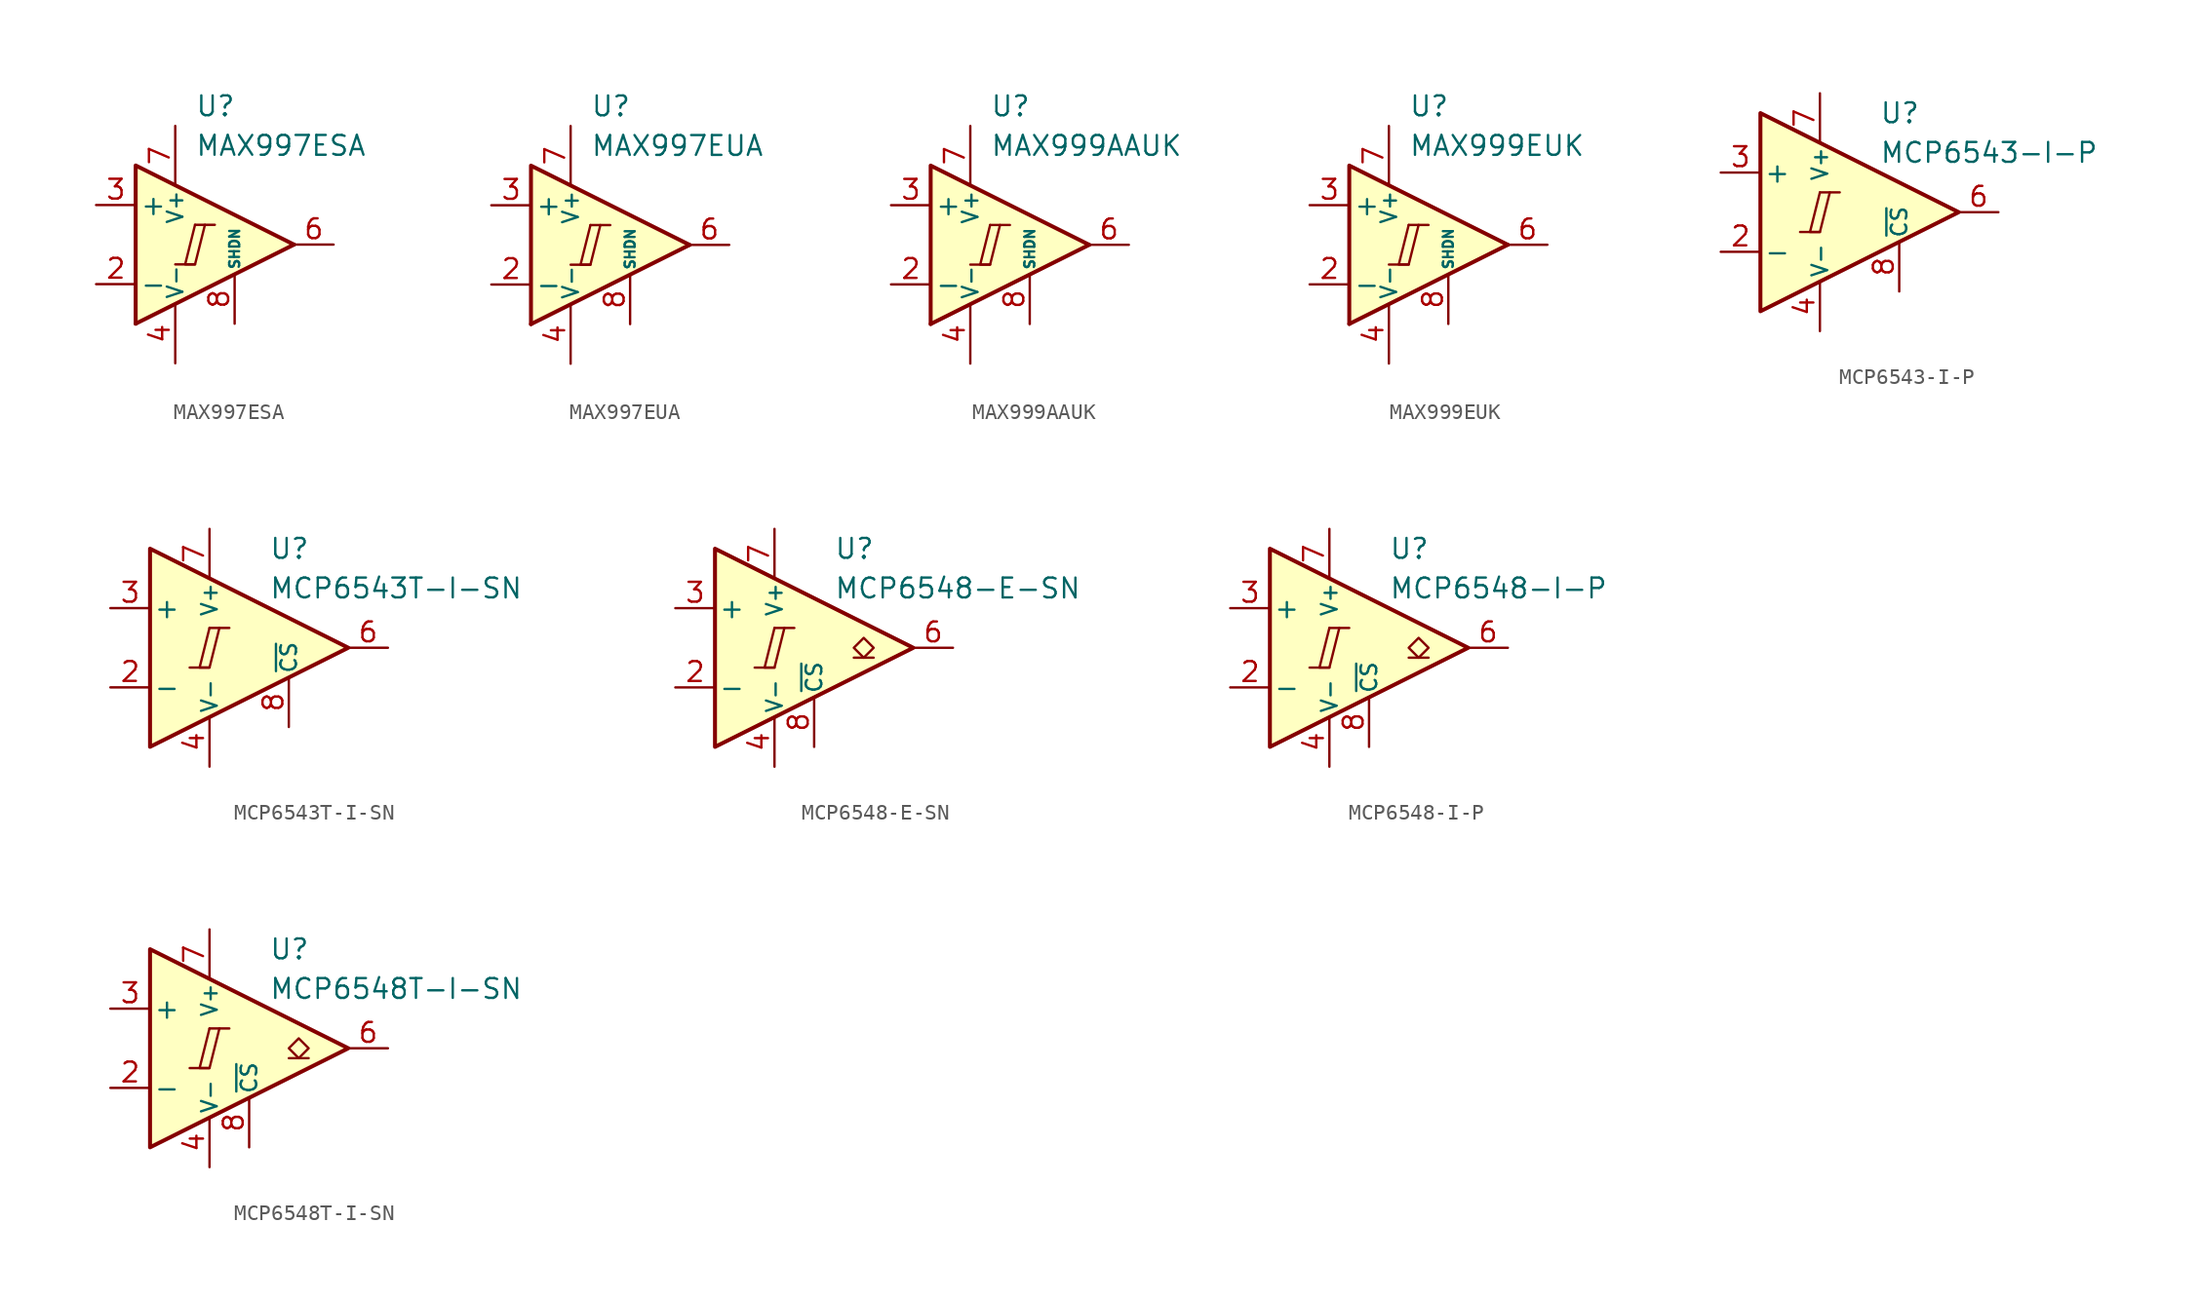
<source format=kicad_sym>
(kicad_symbol_lib
  (version 20211014)
  (generator kicad_symbol_editor)
  (symbol "MAX997ESA"
    (pin_names
      (offset 0.254))
    (property "Reference" "U"
      (at 0 8.89 0)
      (effects (font (size 1.27 1.27)) (justify left)))
    (property "Value" "MAX997ESA"
      (at 0 6.35 0)
      (effects (font (size 1.27 1.27)) (justify left)))
    (symbol "MAX997ESA_0_0"
      (polyline (pts (xy -1.27 -1.27) (xy 0 -1.27)) (stroke (width 0.152) (type default) (color 0 0 0 0)) (fill (type none)))
      (polyline (pts (xy 0 1.27) (xy 1.27 1.27)) (stroke (width 0.152) (type default) (color 0 0 0 0)) (fill (type none)))
      (polyline (pts (xy 6.35 0) (xy -3.81 -5.08)) (stroke (width 0.254) (type default) (color 0 0 0 0)) (fill (type none)))
      (polyline (pts (xy 6.35 0) (xy -3.81 5.08) (xy -3.81 -5.08)) (stroke (width 0.254) (type default) (color 0 0 0 0)) (fill (type background)))
      (polyline (pts (xy 0 1.27) (xy -0.635 -1.27) (xy 0 -1.27) (xy 0.635 1.27)) (stroke (width 0.152) (type default) (color 0 0 0 0)) (fill (type none))))
    (symbol "MAX997ESA_1_1"
      (pin no_connect line (at -2.54 1.27 0) (length 2.54) hide (name "NC" (effects (font (size 1.27 1.27)))) (number "1" (effects (font (size 1.27 1.27)))))
      (pin input line (at -6.35 -2.54 0) (length 2.54) (name "-" (effects (font (size 1.27 1.27)))) (number "2" (effects (font (size 1.27 1.27)))))
      (pin input line (at -6.35 2.54 0) (length 2.54) (name "+" (effects (font (size 1.27 1.27)))) (number "3" (effects (font (size 1.27 1.27)))))
      (pin power_in line (at -1.27 -7.62 90) (length 3.81) (name "V-" (effects (font (size 1 1)))) (number "4" (effects (font (size 1.27 1.27)))))
      (pin no_connect line (at -2.54 -1.27 0) (length 2.54) hide (name "NC" (effects (font (size 1.27 1.27)))) (number "5" (effects (font (size 1.27 1.27)))))
      (pin output line (at 8.89 0 180) (length 2.54) (name "~" (effects (font (size 1.27 1.27)))) (number "6" (effects (font (size 1.27 1.27)))))
      (pin power_in line (at -1.27 7.62 270) (length 3.81) (name "V+" (effects (font (size 1 1)))) (number "7" (effects (font (size 1.27 1.27)))))
      (pin input line (at 2.54 -5.08 90) (length 3.18) (name "SHDN" (effects (font (size 0.635 0.635)))) (number "8" (effects (font (size 1.27 1.27)))))))
  (symbol "MAX997EUA"
    (pin_names
      (offset 0.254))
    (property "Reference" "U"
      (at 0 8.89 0)
      (effects (font (size 1.27 1.27)) (justify left)))
    (property "Value" "MAX997EUA"
      (at 0 6.35 0)
      (effects (font (size 1.27 1.27)) (justify left)))
    (symbol "MAX997EUA_0_0"
      (polyline (pts (xy -1.27 -1.27) (xy 0 -1.27)) (stroke (width 0.152) (type default) (color 0 0 0 0)) (fill (type none)))
      (polyline (pts (xy 0 1.27) (xy 1.27 1.27)) (stroke (width 0.152) (type default) (color 0 0 0 0)) (fill (type none)))
      (polyline (pts (xy 6.35 0) (xy -3.81 -5.08)) (stroke (width 0.254) (type default) (color 0 0 0 0)) (fill (type none)))
      (polyline (pts (xy 6.35 0) (xy -3.81 5.08) (xy -3.81 -5.08)) (stroke (width 0.254) (type default) (color 0 0 0 0)) (fill (type background)))
      (polyline (pts (xy 0 1.27) (xy -0.635 -1.27) (xy 0 -1.27) (xy 0.635 1.27)) (stroke (width 0.152) (type default) (color 0 0 0 0)) (fill (type none))))
    (symbol "MAX997EUA_1_1"
      (pin no_connect line (at -2.54 1.27 0) (length 2.54) hide (name "NC" (effects (font (size 1.27 1.27)))) (number "1" (effects (font (size 1.27 1.27)))))
      (pin input line (at -6.35 -2.54 0) (length 2.54) (name "-" (effects (font (size 1.27 1.27)))) (number "2" (effects (font (size 1.27 1.27)))))
      (pin input line (at -6.35 2.54 0) (length 2.54) (name "+" (effects (font (size 1.27 1.27)))) (number "3" (effects (font (size 1.27 1.27)))))
      (pin power_in line (at -1.27 -7.62 90) (length 3.81) (name "V-" (effects (font (size 1 1)))) (number "4" (effects (font (size 1.27 1.27)))))
      (pin no_connect line (at -2.54 -1.27 0) (length 2.54) hide (name "NC" (effects (font (size 1.27 1.27)))) (number "5" (effects (font (size 1.27 1.27)))))
      (pin output line (at 8.89 0 180) (length 2.54) (name "~" (effects (font (size 1.27 1.27)))) (number "6" (effects (font (size 1.27 1.27)))))
      (pin power_in line (at -1.27 7.62 270) (length 3.81) (name "V+" (effects (font (size 1 1)))) (number "7" (effects (font (size 1.27 1.27)))))
      (pin input line (at 2.54 -5.08 90) (length 3.18) (name "SHDN" (effects (font (size 0.635 0.635)))) (number "8" (effects (font (size 1.27 1.27)))))))
  (symbol "MAX999AAUK"
    (pin_names
      (offset 0.254))
    (property "Reference" "U"
      (at 0 8.89 0)
      (effects (font (size 1.27 1.27)) (justify left)))
    (property "Value" "MAX999AAUK"
      (at 0 6.35 0)
      (effects (font (size 1.27 1.27)) (justify left)))
    (symbol "MAX999AAUK_0_0"
      (polyline (pts (xy -1.27 -1.27) (xy 0 -1.27)) (stroke (width 0.152) (type default) (color 0 0 0 0)) (fill (type none)))
      (polyline (pts (xy 0 1.27) (xy 1.27 1.27)) (stroke (width 0.152) (type default) (color 0 0 0 0)) (fill (type none)))
      (polyline (pts (xy 6.35 0) (xy -3.81 -5.08)) (stroke (width 0.254) (type default) (color 0 0 0 0)) (fill (type none)))
      (polyline (pts (xy 6.35 0) (xy -3.81 5.08) (xy -3.81 -5.08)) (stroke (width 0.254) (type default) (color 0 0 0 0)) (fill (type background)))
      (polyline (pts (xy 0 1.27) (xy -0.635 -1.27) (xy 0 -1.27) (xy 0.635 1.27)) (stroke (width 0.152) (type default) (color 0 0 0 0)) (fill (type none))))
    (symbol "MAX999AAUK_1_1"
      (pin no_connect line (at -2.54 1.27 0) (length 2.54) hide (name "NC" (effects (font (size 1.27 1.27)))) (number "1" (effects (font (size 1.27 1.27)))))
      (pin input line (at -6.35 -2.54 0) (length 2.54) (name "-" (effects (font (size 1.27 1.27)))) (number "2" (effects (font (size 1.27 1.27)))))
      (pin input line (at -6.35 2.54 0) (length 2.54) (name "+" (effects (font (size 1.27 1.27)))) (number "3" (effects (font (size 1.27 1.27)))))
      (pin power_in line (at -1.27 -7.62 90) (length 3.81) (name "V-" (effects (font (size 1 1)))) (number "4" (effects (font (size 1.27 1.27)))))
      (pin no_connect line (at -2.54 -1.27 0) (length 2.54) hide (name "NC" (effects (font (size 1.27 1.27)))) (number "5" (effects (font (size 1.27 1.27)))))
      (pin output line (at 8.89 0 180) (length 2.54) (name "~" (effects (font (size 1.27 1.27)))) (number "6" (effects (font (size 1.27 1.27)))))
      (pin power_in line (at -1.27 7.62 270) (length 3.81) (name "V+" (effects (font (size 1 1)))) (number "7" (effects (font (size 1.27 1.27)))))
      (pin input line (at 2.54 -5.08 90) (length 3.18) (name "SHDN" (effects (font (size 0.635 0.635)))) (number "8" (effects (font (size 1.27 1.27)))))))
  (symbol "MAX999EUK"
    (pin_names
      (offset 0.254))
    (property "Reference" "U"
      (at 0 8.89 0)
      (effects (font (size 1.27 1.27)) (justify left)))
    (property "Value" "MAX999EUK"
      (at 0 6.35 0)
      (effects (font (size 1.27 1.27)) (justify left)))
    (symbol "MAX999EUK_0_0"
      (polyline (pts (xy -1.27 -1.27) (xy 0 -1.27)) (stroke (width 0.152) (type default) (color 0 0 0 0)) (fill (type none)))
      (polyline (pts (xy 0 1.27) (xy 1.27 1.27)) (stroke (width 0.152) (type default) (color 0 0 0 0)) (fill (type none)))
      (polyline (pts (xy 6.35 0) (xy -3.81 -5.08)) (stroke (width 0.254) (type default) (color 0 0 0 0)) (fill (type none)))
      (polyline (pts (xy 6.35 0) (xy -3.81 5.08) (xy -3.81 -5.08)) (stroke (width 0.254) (type default) (color 0 0 0 0)) (fill (type background)))
      (polyline (pts (xy 0 1.27) (xy -0.635 -1.27) (xy 0 -1.27) (xy 0.635 1.27)) (stroke (width 0.152) (type default) (color 0 0 0 0)) (fill (type none))))
    (symbol "MAX999EUK_1_1"
      (pin no_connect line (at -2.54 1.27 0) (length 2.54) hide (name "NC" (effects (font (size 1.27 1.27)))) (number "1" (effects (font (size 1.27 1.27)))))
      (pin input line (at -6.35 -2.54 0) (length 2.54) (name "-" (effects (font (size 1.27 1.27)))) (number "2" (effects (font (size 1.27 1.27)))))
      (pin input line (at -6.35 2.54 0) (length 2.54) (name "+" (effects (font (size 1.27 1.27)))) (number "3" (effects (font (size 1.27 1.27)))))
      (pin power_in line (at -1.27 -7.62 90) (length 3.81) (name "V-" (effects (font (size 1 1)))) (number "4" (effects (font (size 1.27 1.27)))))
      (pin no_connect line (at -2.54 -1.27 0) (length 2.54) hide (name "NC" (effects (font (size 1.27 1.27)))) (number "5" (effects (font (size 1.27 1.27)))))
      (pin output line (at 8.89 0 180) (length 2.54) (name "~" (effects (font (size 1.27 1.27)))) (number "6" (effects (font (size 1.27 1.27)))))
      (pin power_in line (at -1.27 7.62 270) (length 3.81) (name "V+" (effects (font (size 1 1)))) (number "7" (effects (font (size 1.27 1.27)))))
      (pin input line (at 2.54 -5.08 90) (length 3.18) (name "SHDN" (effects (font (size 0.635 0.635)))) (number "8" (effects (font (size 1.27 1.27)))))))
  (symbol "MCP6543-I-P"
    (pin_names
      (offset 0.2))
    (property "Reference" "U"
      (at 1.27 6.35 0)
      (effects (font (size 1.27 1.27)) (justify left)))
    (property "Value" "MCP6543-I-P"
      (at 1.27 3.81 0)
      (effects (font (size 1.27 1.27)) (justify left)))
    (symbol "MCP6543-I-P_0_0"
      (polyline (pts (xy -3.81 -1.27) (xy -2.54 -1.27)) (stroke (width 0.152) (type default) (color 0 0 0 0)) (fill (type none)))
      (polyline (pts (xy -2.54 1.27) (xy -1.27 1.27)) (stroke (width 0.152) (type default) (color 0 0 0 0)) (fill (type none)))
      (polyline (pts (xy -2.54 1.27) (xy -3.175 -1.27) (xy -2.54 -1.27) (xy -1.905 1.27)) (stroke (width 0.152) (type default) (color 0 0 0 0)) (fill (type none))))
    (symbol "MCP6543-I-P_0_1"
      (polyline (pts (xy -6.35 6.35) (xy -6.35 -6.35) (xy 6.35 0) (xy -6.35 6.35)) (stroke (width 0.254) (type default) (color 0 0 0 0)) (fill (type background))))
    (symbol "MCP6543-I-P_1_1"
      (pin no_connect line (at -3.81 2.54 270) (length 2.54) hide (name "NC" (effects (font (size 1.27 1.27)))) (number "1" (effects (font (size 1.27 1.27)))))
      (pin input line (at -8.89 -2.54 0) (length 2.54) (name "-" (effects (font (size 1.27 1.27)))) (number "2" (effects (font (size 1.27 1.27)))))
      (pin input line (at -8.89 2.54 0) (length 2.54) (name "+" (effects (font (size 1.27 1.27)))) (number "3" (effects (font (size 1.27 1.27)))))
      (pin power_in line (at -2.54 -7.62 90) (length 3.18) (name "V-" (effects (font (size 1 1)))) (number "4" (effects (font (size 1.27 1.27)))))
      (pin no_connect line (at -3.81 -2.54 90) (length 2.54) hide (name "NC" (effects (font (size 1.27 1.27)))) (number "5" (effects (font (size 1.27 1.27)))))
      (pin output line (at 8.89 0 180) (length 2.54) (name "~" (effects (font (size 1.27 1.27)))) (number "6" (effects (font (size 1.27 1.27)))))
      (pin power_in line (at -2.54 7.62 270) (length 3.18) (name "V+" (effects (font (size 1 1)))) (number "7" (effects (font (size 1.27 1.27)))))
      (pin input line (at 2.54 -5.08 90) (length 3.18) (name "~{CS}" (effects (font (size 1 1)))) (number "8" (effects (font (size 1.27 1.27)))))))
  (symbol "MCP6543T-I-SN"
    (pin_names
      (offset 0.2))
    (property "Reference" "U"
      (at 1.27 6.35 0)
      (effects (font (size 1.27 1.27)) (justify left)))
    (property "Value" "MCP6543T-I-SN"
      (at 1.27 3.81 0)
      (effects (font (size 1.27 1.27)) (justify left)))
    (symbol "MCP6543T-I-SN_0_0"
      (polyline (pts (xy -3.81 -1.27) (xy -2.54 -1.27)) (stroke (width 0.152) (type default) (color 0 0 0 0)) (fill (type none)))
      (polyline (pts (xy -2.54 1.27) (xy -1.27 1.27)) (stroke (width 0.152) (type default) (color 0 0 0 0)) (fill (type none)))
      (polyline (pts (xy -2.54 1.27) (xy -3.175 -1.27) (xy -2.54 -1.27) (xy -1.905 1.27)) (stroke (width 0.152) (type default) (color 0 0 0 0)) (fill (type none))))
    (symbol "MCP6543T-I-SN_0_1"
      (polyline (pts (xy -6.35 6.35) (xy -6.35 -6.35) (xy 6.35 0) (xy -6.35 6.35)) (stroke (width 0.254) (type default) (color 0 0 0 0)) (fill (type background))))
    (symbol "MCP6543T-I-SN_1_1"
      (pin no_connect line (at -3.81 2.54 270) (length 2.54) hide (name "NC" (effects (font (size 1.27 1.27)))) (number "1" (effects (font (size 1.27 1.27)))))
      (pin input line (at -8.89 -2.54 0) (length 2.54) (name "-" (effects (font (size 1.27 1.27)))) (number "2" (effects (font (size 1.27 1.27)))))
      (pin input line (at -8.89 2.54 0) (length 2.54) (name "+" (effects (font (size 1.27 1.27)))) (number "3" (effects (font (size 1.27 1.27)))))
      (pin power_in line (at -2.54 -7.62 90) (length 3.18) (name "V-" (effects (font (size 1 1)))) (number "4" (effects (font (size 1.27 1.27)))))
      (pin no_connect line (at -3.81 -2.54 90) (length 2.54) hide (name "NC" (effects (font (size 1.27 1.27)))) (number "5" (effects (font (size 1.27 1.27)))))
      (pin output line (at 8.89 0 180) (length 2.54) (name "~" (effects (font (size 1.27 1.27)))) (number "6" (effects (font (size 1.27 1.27)))))
      (pin power_in line (at -2.54 7.62 270) (length 3.18) (name "V+" (effects (font (size 1 1)))) (number "7" (effects (font (size 1.27 1.27)))))
      (pin input line (at 2.54 -5.08 90) (length 3.18) (name "~{CS}" (effects (font (size 1 1)))) (number "8" (effects (font (size 1.27 1.27)))))))
  (symbol "MCP6548-E-SN"
    (pin_names
      (offset 0.2))
    (property "Reference" "U"
      (at 1.27 6.35 0)
      (effects (font (size 1.27 1.27)) (justify left)))
    (property "Value" "MCP6548-E-SN"
      (at 1.27 3.81 0)
      (effects (font (size 1.27 1.27)) (justify left)))
    (symbol "MCP6548-E-SN_0_0"
      (polyline (pts (xy -3.81 -1.27) (xy -2.54 -1.27)) (stroke (width 0.152) (type default) (color 0 0 0 0)) (fill (type none)))
      (polyline (pts (xy -2.54 1.27) (xy -1.27 1.27)) (stroke (width 0.152) (type default) (color 0 0 0 0)) (fill (type none)))
      (polyline (pts (xy -2.54 1.27) (xy -3.175 -1.27) (xy -2.54 -1.27) (xy -1.905 1.27)) (stroke (width 0.152) (type default) (color 0 0 0 0)) (fill (type none))))
    (symbol "MCP6548-E-SN_0_1"
      (polyline (pts (xy -6.35 6.35) (xy -6.35 -6.35) (xy 6.35 0) (xy -6.35 6.35)) (stroke (width 0.254) (type default) (color 0 0 0 0)) (fill (type background))))
    (symbol "MCP6548-E-SN_1_1"
      (polyline (pts (xy 3.81 -0.635) (xy 2.54 -0.635)) (stroke (width 0.152) (type default) (color 0 0 0 0)) (fill (type none)))
      (polyline (pts (xy 3.175 -0.635) (xy 2.54 0) (xy 3.175 0.635) (xy 3.81 0) (xy 3.175 -0.635)) (stroke (width 0.152) (type default) (color 0 0 0 0)) (fill (type none)))
      (pin no_connect line (at -3.81 2.54 270) (length 2.54) hide (name "NC" (effects (font (size 1.27 1.27)))) (number "1" (effects (font (size 1.27 1.27)))))
      (pin input line (at -8.89 -2.54 0) (length 2.54) (name "-" (effects (font (size 1.27 1.27)))) (number "2" (effects (font (size 1.27 1.27)))))
      (pin input line (at -8.89 2.54 0) (length 2.54) (name "+" (effects (font (size 1.27 1.27)))) (number "3" (effects (font (size 1.27 1.27)))))
      (pin power_in line (at -2.54 -7.62 90) (length 3.18) (name "V-" (effects (font (size 1 1)))) (number "4" (effects (font (size 1.27 1.27)))))
      (pin no_connect line (at -3.81 -2.54 90) (length 2.54) hide (name "NC" (effects (font (size 1.27 1.27)))) (number "5" (effects (font (size 1.27 1.27)))))
      (pin open_collector line (at 8.89 0 180) (length 2.54) (name "~" (effects (font (size 1.27 1.27)))) (number "6" (effects (font (size 1.27 1.27)))))
      (pin power_in line (at -2.54 7.62 270) (length 3.18) (name "V+" (effects (font (size 1 1)))) (number "7" (effects (font (size 1.27 1.27)))))
      (pin input line (at 0 -6.35 90) (length 3.18) (name "~{CS}" (effects (font (size 1 1)))) (number "8" (effects (font (size 1.27 1.27)))))))
  (symbol "MCP6548-I-P"
    (pin_names
      (offset 0.2))
    (property "Reference" "U"
      (at 1.27 6.35 0)
      (effects (font (size 1.27 1.27)) (justify left)))
    (property "Value" "MCP6548-I-P"
      (at 1.27 3.81 0)
      (effects (font (size 1.27 1.27)) (justify left)))
    (symbol "MCP6548-I-P_0_0"
      (polyline (pts (xy -3.81 -1.27) (xy -2.54 -1.27)) (stroke (width 0.152) (type default) (color 0 0 0 0)) (fill (type none)))
      (polyline (pts (xy -2.54 1.27) (xy -1.27 1.27)) (stroke (width 0.152) (type default) (color 0 0 0 0)) (fill (type none)))
      (polyline (pts (xy -2.54 1.27) (xy -3.175 -1.27) (xy -2.54 -1.27) (xy -1.905 1.27)) (stroke (width 0.152) (type default) (color 0 0 0 0)) (fill (type none))))
    (symbol "MCP6548-I-P_0_1"
      (polyline (pts (xy -6.35 6.35) (xy -6.35 -6.35) (xy 6.35 0) (xy -6.35 6.35)) (stroke (width 0.254) (type default) (color 0 0 0 0)) (fill (type background))))
    (symbol "MCP6548-I-P_1_1"
      (polyline (pts (xy 3.81 -0.635) (xy 2.54 -0.635)) (stroke (width 0.152) (type default) (color 0 0 0 0)) (fill (type none)))
      (polyline (pts (xy 3.175 -0.635) (xy 2.54 0) (xy 3.175 0.635) (xy 3.81 0) (xy 3.175 -0.635)) (stroke (width 0.152) (type default) (color 0 0 0 0)) (fill (type none)))
      (pin no_connect line (at -3.81 2.54 270) (length 2.54) hide (name "NC" (effects (font (size 1.27 1.27)))) (number "1" (effects (font (size 1.27 1.27)))))
      (pin input line (at -8.89 -2.54 0) (length 2.54) (name "-" (effects (font (size 1.27 1.27)))) (number "2" (effects (font (size 1.27 1.27)))))
      (pin input line (at -8.89 2.54 0) (length 2.54) (name "+" (effects (font (size 1.27 1.27)))) (number "3" (effects (font (size 1.27 1.27)))))
      (pin power_in line (at -2.54 -7.62 90) (length 3.18) (name "V-" (effects (font (size 1 1)))) (number "4" (effects (font (size 1.27 1.27)))))
      (pin no_connect line (at -3.81 -2.54 90) (length 2.54) hide (name "NC" (effects (font (size 1.27 1.27)))) (number "5" (effects (font (size 1.27 1.27)))))
      (pin open_collector line (at 8.89 0 180) (length 2.54) (name "~" (effects (font (size 1.27 1.27)))) (number "6" (effects (font (size 1.27 1.27)))))
      (pin power_in line (at -2.54 7.62 270) (length 3.18) (name "V+" (effects (font (size 1 1)))) (number "7" (effects (font (size 1.27 1.27)))))
      (pin input line (at 0 -6.35 90) (length 3.18) (name "~{CS}" (effects (font (size 1 1)))) (number "8" (effects (font (size 1.27 1.27)))))))
  (symbol "MCP6548T-I-SN"
    (pin_names
      (offset 0.2))
    (property "Reference" "U"
      (at 1.27 6.35 0)
      (effects (font (size 1.27 1.27)) (justify left)))
    (property "Value" "MCP6548T-I-SN"
      (at 1.27 3.81 0)
      (effects (font (size 1.27 1.27)) (justify left)))
    (symbol "MCP6548T-I-SN_0_0"
      (polyline (pts (xy -3.81 -1.27) (xy -2.54 -1.27)) (stroke (width 0.152) (type default) (color 0 0 0 0)) (fill (type none)))
      (polyline (pts (xy -2.54 1.27) (xy -1.27 1.27)) (stroke (width 0.152) (type default) (color 0 0 0 0)) (fill (type none)))
      (polyline (pts (xy -2.54 1.27) (xy -3.175 -1.27) (xy -2.54 -1.27) (xy -1.905 1.27)) (stroke (width 0.152) (type default) (color 0 0 0 0)) (fill (type none))))
    (symbol "MCP6548T-I-SN_0_1"
      (polyline (pts (xy -6.35 6.35) (xy -6.35 -6.35) (xy 6.35 0) (xy -6.35 6.35)) (stroke (width 0.254) (type default) (color 0 0 0 0)) (fill (type background))))
    (symbol "MCP6548T-I-SN_1_1"
      (polyline (pts (xy 3.81 -0.635) (xy 2.54 -0.635)) (stroke (width 0.152) (type default) (color 0 0 0 0)) (fill (type none)))
      (polyline (pts (xy 3.175 -0.635) (xy 2.54 0) (xy 3.175 0.635) (xy 3.81 0) (xy 3.175 -0.635)) (stroke (width 0.152) (type default) (color 0 0 0 0)) (fill (type none)))
      (pin no_connect line (at -3.81 2.54 270) (length 2.54) hide (name "NC" (effects (font (size 1.27 1.27)))) (number "1" (effects (font (size 1.27 1.27)))))
      (pin input line (at -8.89 -2.54 0) (length 2.54) (name "-" (effects (font (size 1.27 1.27)))) (number "2" (effects (font (size 1.27 1.27)))))
      (pin input line (at -8.89 2.54 0) (length 2.54) (name "+" (effects (font (size 1.27 1.27)))) (number "3" (effects (font (size 1.27 1.27)))))
      (pin power_in line (at -2.54 -7.62 90) (length 3.18) (name "V-" (effects (font (size 1 1)))) (number "4" (effects (font (size 1.27 1.27)))))
      (pin no_connect line (at -3.81 -2.54 90) (length 2.54) hide (name "NC" (effects (font (size 1.27 1.27)))) (number "5" (effects (font (size 1.27 1.27)))))
      (pin open_collector line (at 8.89 0 180) (length 2.54) (name "~" (effects (font (size 1.27 1.27)))) (number "6" (effects (font (size 1.27 1.27)))))
      (pin power_in line (at -2.54 7.62 270) (length 3.18) (name "V+" (effects (font (size 1 1)))) (number "7" (effects (font (size 1.27 1.27)))))
      (pin input line (at 0 -6.35 90) (length 3.18) (name "~{CS}" (effects (font (size 1 1)))) (number "8" (effects (font (size 1.27 1.27))))))))
</source>
